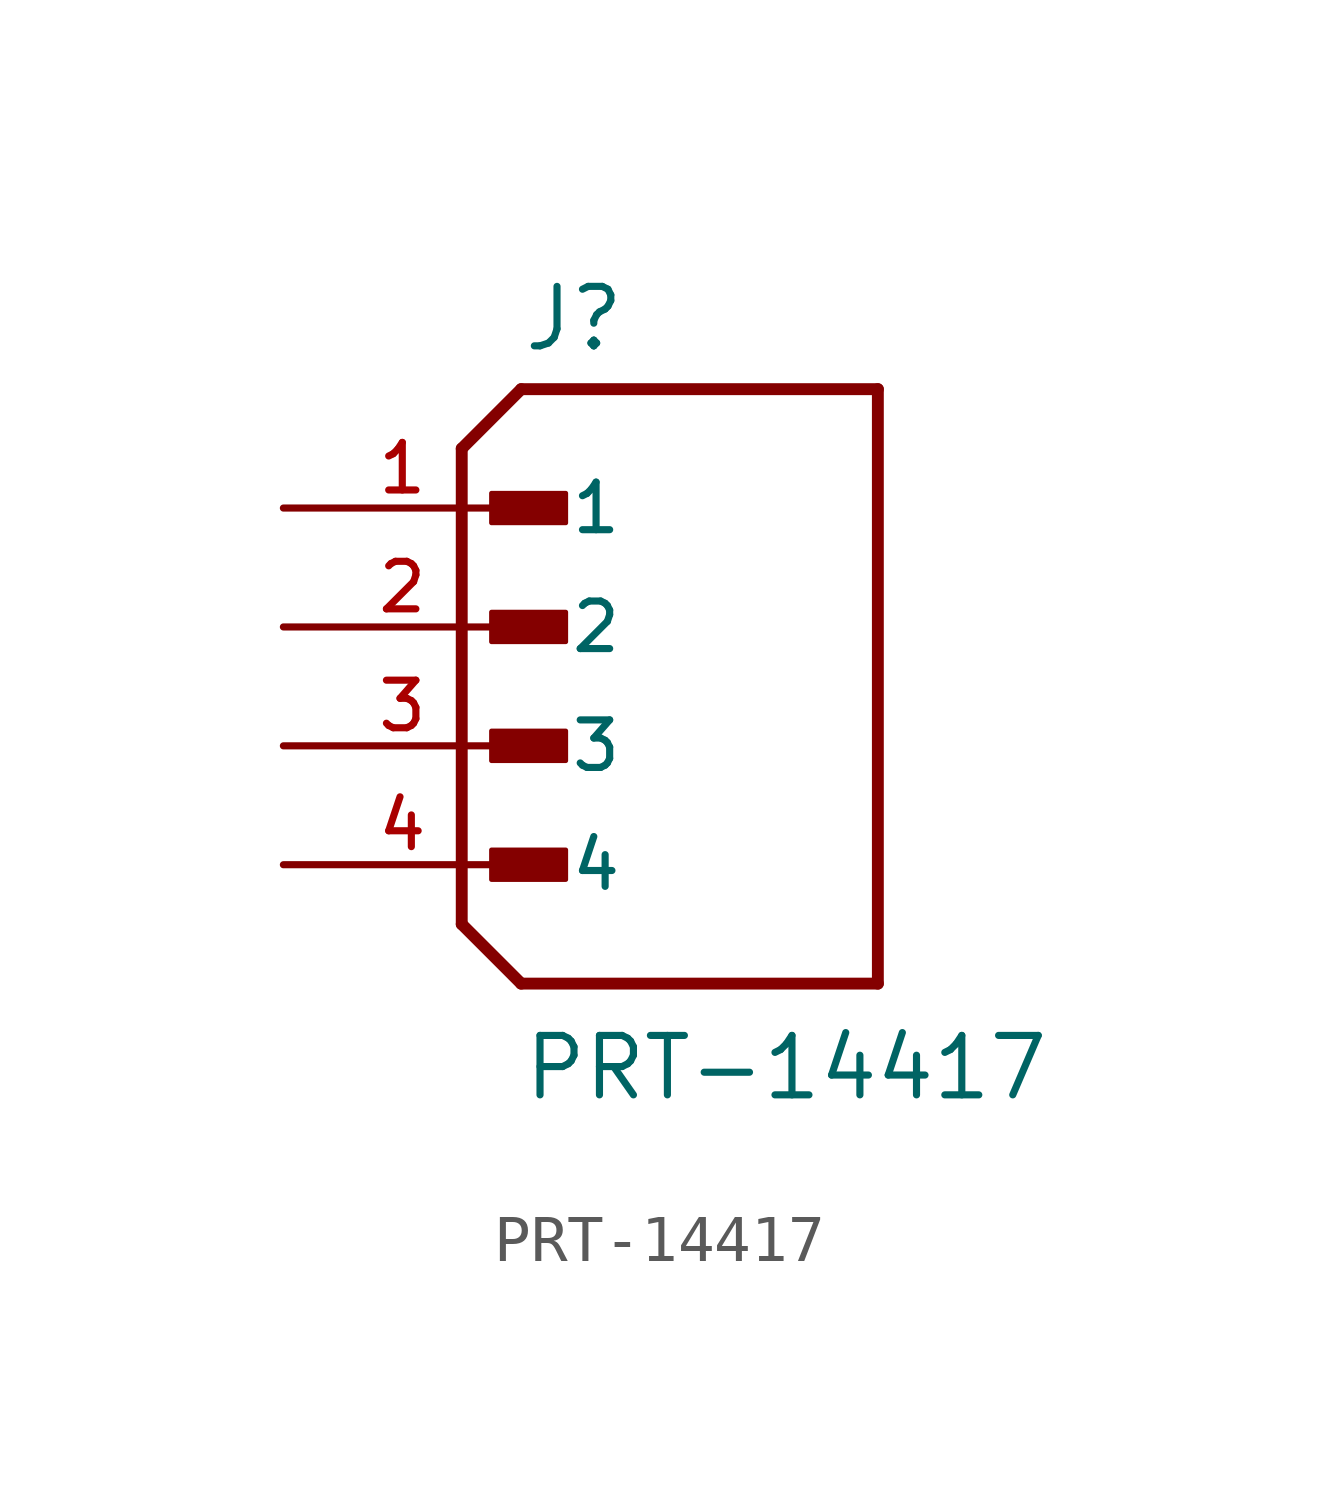
<source format=kicad_sym>
(kicad_symbol_lib
  (version 20211014)
  (generator kicad_symbol_editor)
  (symbol "PRT-14417"
    (pin_names
      (offset 1.016))
    (property "Reference" "J"
      (at -2.54 8.382 0)
      (effects (font (size 1.27 1.27)) (justify bottom left)))
    (property "Value" "PRT-14417"
      (at -2.54 -7.62 0)
      (effects (font (size 1.27 1.27)) (justify bottom left)))
    (symbol "PRT-14417_0_0"
      (polyline (pts (xy -3.81 6.35) (xy -2.54 7.62)) (stroke (width 0.254)))
      (polyline (pts (xy -3.81 6.35) (xy -3.81 -3.81)) (stroke (width 0.254)))
      (polyline (pts (xy -3.81 -3.81) (xy -2.54 -5.08)) (stroke (width 0.254)))
      (polyline (pts (xy -2.54 -5.08) (xy 5.08 -5.08)) (stroke (width 0.254)))
      (polyline (pts (xy 5.08 -5.08) (xy 5.08 7.62)) (stroke (width 0.254)))
      (polyline (pts (xy 5.08 7.62) (xy -2.54 7.62)) (stroke (width 0.254)))
      (rectangle (start -3.175 4.763) (end -1.587 5.397) (stroke (width 0.1)) (fill (type outline)))
      (rectangle (start -3.175 2.223) (end -1.587 2.857) (stroke (width 0.1)) (fill (type outline)))
      (rectangle (start -3.175 -0.318) (end -1.587 0.318) (stroke (width 0.1)) (fill (type outline)))
      (rectangle (start -3.175 -2.857) (end -1.587 -2.223) (stroke (width 0.1)) (fill (type outline)))
      (pin passive line (at -7.62 5.08 0) (length 5.08) (name "1" (effects (font (size 1.016 1.016)))) (number "1" (effects (font (size 1.016 1.016)))))
      (pin passive line (at -7.62 2.54 0) (length 5.08) (name "2" (effects (font (size 1.016 1.016)))) (number "2" (effects (font (size 1.016 1.016)))))
      (pin passive line (at -7.62 0.0 0) (length 5.08) (name "3" (effects (font (size 1.016 1.016)))) (number "3" (effects (font (size 1.016 1.016)))))
      (pin passive line (at -7.62 -2.54 0) (length 5.08) (name "4" (effects (font (size 1.016 1.016)))) (number "4" (effects (font (size 1.016 1.016))))))))
</source>
